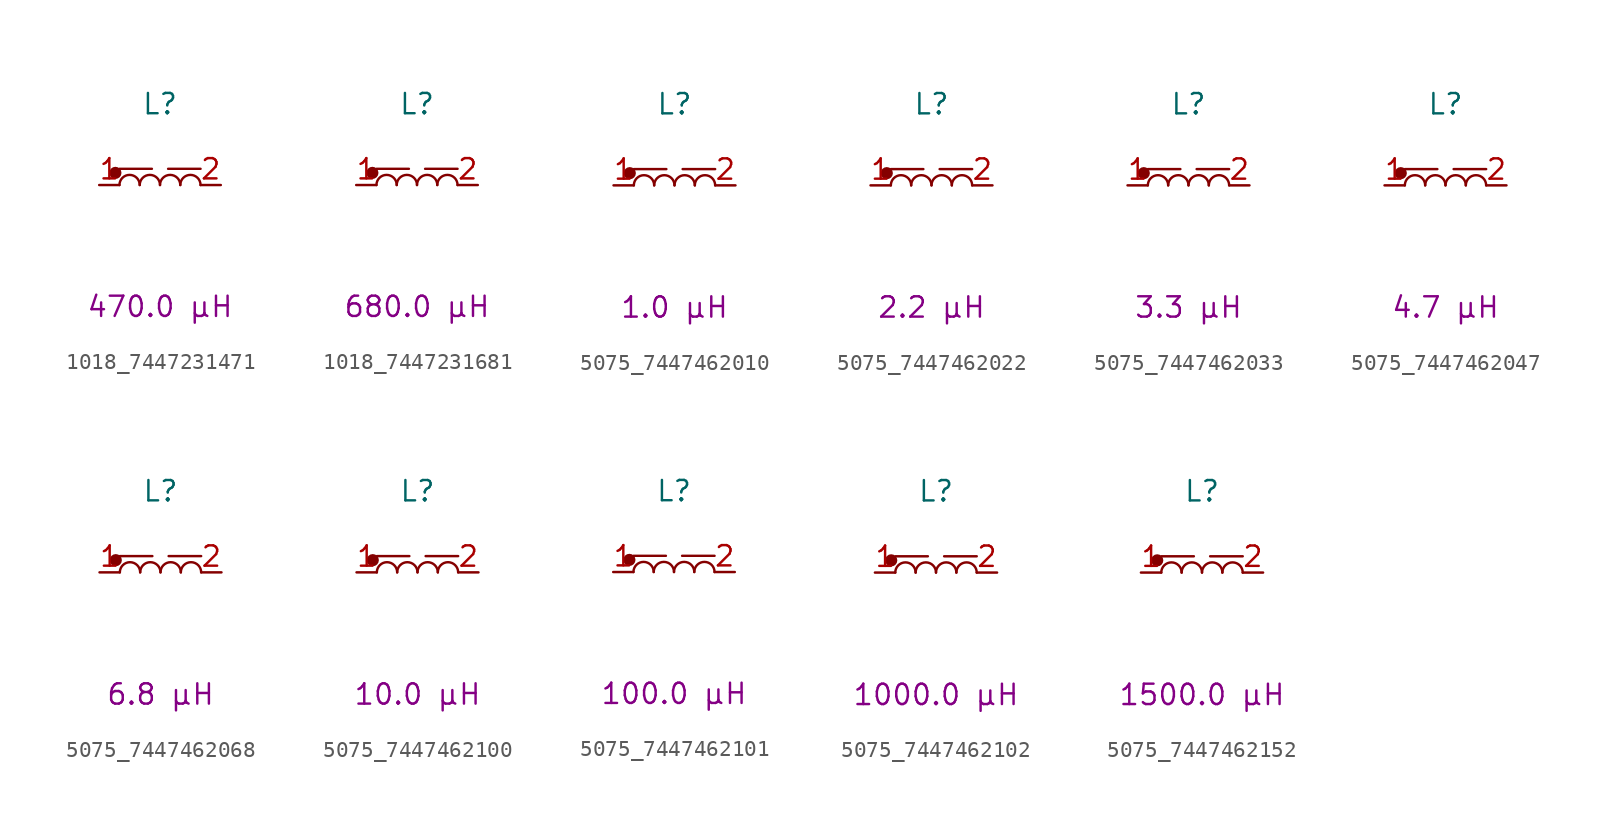
<source format=kicad_sym>
(kicad_symbol_lib
  (version 20220914)
  (generator kicad_symbol_editor)
  (symbol "1018_7447231471"
    (pin_names hide)
    (property "Reference" "L"
      (at 0 5.08 0)
      (effects (font (size 1.27 1.27))))
    (property "Critical Parameter" "470.0 µH"
      (at 0 -7.62 0)
      (effects (font (size 1.27 1.27))))
    (symbol "1018_7447231471_0_1"
      (arc (start -1.27 0) (mid -1.905 0.6323) (end -2.54 0) (stroke (width 0) (type default)) (fill (type none)))
      (arc (start 0 0) (mid -0.635 0.6323) (end -1.27 0) (stroke (width 0) (type default)) (fill (type none)))
      (polyline (pts (xy -2.54 1.016) (xy -0.508 1.016)) (stroke (width 0) (type default)) (fill (type none)))
      (arc (start 1.27 0) (mid 0.635 0.6323) (end 0 0) (stroke (width 0) (type default)) (fill (type none)))
      (arc (start 2.54 0) (mid 1.905 0.6323) (end 1.27 0) (stroke (width 0) (type default)) (fill (type none))))
    (symbol "1018_7447231471_1_1"
      (circle (center -2.794 0.762) (radius 0.0001) (stroke (width 0.381) (type default)) (fill (type none)))
      (polyline (pts (xy 2.54 1.016) (xy 0.508 1.016)) (stroke (width 0) (type default)) (fill (type none)))
      (pin passive line (at -3.81 0 0) (length 1.27) (name "1" (effects (font (size 1.27 1.27)))) (number "1" (effects (font (size 1.27 1.27)))))
      (pin passive line (at 3.81 0 180) (length 1.27) (name "2" (effects (font (size 1.27 1.27)))) (number "2" (effects (font (size 1.27 1.27)))))))
  (symbol "1018_7447231681"
    (pin_names hide)
    (property "Reference" "L"
      (at 0 5.08 0)
      (effects (font (size 1.27 1.27))))
    (property "Critical Parameter" "680.0 µH"
      (at 0 -7.62 0)
      (effects (font (size 1.27 1.27))))
    (symbol "1018_7447231681_0_1"
      (arc (start -1.27 0) (mid -1.905 0.6323) (end -2.54 0) (stroke (width 0) (type default)) (fill (type none)))
      (arc (start 0 0) (mid -0.635 0.6323) (end -1.27 0) (stroke (width 0) (type default)) (fill (type none)))
      (polyline (pts (xy -2.54 1.016) (xy -0.508 1.016)) (stroke (width 0) (type default)) (fill (type none)))
      (arc (start 1.27 0) (mid 0.635 0.6323) (end 0 0) (stroke (width 0) (type default)) (fill (type none)))
      (arc (start 2.54 0) (mid 1.905 0.6323) (end 1.27 0) (stroke (width 0) (type default)) (fill (type none))))
    (symbol "1018_7447231681_1_1"
      (circle (center -2.794 0.762) (radius 0.0001) (stroke (width 0.381) (type default)) (fill (type none)))
      (polyline (pts (xy 2.54 1.016) (xy 0.508 1.016)) (stroke (width 0) (type default)) (fill (type none)))
      (pin passive line (at -3.81 0 0) (length 1.27) (name "1" (effects (font (size 1.27 1.27)))) (number "1" (effects (font (size 1.27 1.27)))))
      (pin passive line (at 3.81 0 180) (length 1.27) (name "2" (effects (font (size 1.27 1.27)))) (number "2" (effects (font (size 1.27 1.27)))))))
  (symbol "5075_7447462010"
    (pin_names hide)
    (property "Reference" "L"
      (at 0 5.08 0)
      (effects (font (size 1.27 1.27))))
    (property "Critical Parameter" "1.0 µH"
      (at 0 -7.62 0)
      (effects (font (size 1.27 1.27))))
    (symbol "5075_7447462010_0_1"
      (arc (start -1.27 0) (mid -1.905 0.6323) (end -2.54 0) (stroke (width 0) (type default)) (fill (type none)))
      (arc (start 0 0) (mid -0.635 0.6323) (end -1.27 0) (stroke (width 0) (type default)) (fill (type none)))
      (polyline (pts (xy -2.54 1.016) (xy -0.508 1.016)) (stroke (width 0) (type default)) (fill (type none)))
      (arc (start 1.27 0) (mid 0.635 0.6323) (end 0 0) (stroke (width 0) (type default)) (fill (type none)))
      (arc (start 2.54 0) (mid 1.905 0.6323) (end 1.27 0) (stroke (width 0) (type default)) (fill (type none))))
    (symbol "5075_7447462010_1_1"
      (circle (center -2.794 0.762) (radius 0.0001) (stroke (width 0.381) (type default)) (fill (type none)))
      (polyline (pts (xy 2.54 1.016) (xy 0.508 1.016)) (stroke (width 0) (type default)) (fill (type none)))
      (pin passive line (at -3.81 0 0) (length 1.27) (name "1" (effects (font (size 1.27 1.27)))) (number "1" (effects (font (size 1.27 1.27)))))
      (pin passive line (at 3.81 0 180) (length 1.27) (name "2" (effects (font (size 1.27 1.27)))) (number "2" (effects (font (size 1.27 1.27)))))))
  (symbol "5075_7447462022"
    (pin_names hide)
    (property "Reference" "L"
      (at 0 5.08 0)
      (effects (font (size 1.27 1.27))))
    (property "Critical Parameter" "2.2 µH"
      (at 0 -7.62 0)
      (effects (font (size 1.27 1.27))))
    (symbol "5075_7447462022_0_1"
      (arc (start -1.27 0) (mid -1.905 0.6323) (end -2.54 0) (stroke (width 0) (type default)) (fill (type none)))
      (arc (start 0 0) (mid -0.635 0.6323) (end -1.27 0) (stroke (width 0) (type default)) (fill (type none)))
      (polyline (pts (xy -2.54 1.016) (xy -0.508 1.016)) (stroke (width 0) (type default)) (fill (type none)))
      (arc (start 1.27 0) (mid 0.635 0.6323) (end 0 0) (stroke (width 0) (type default)) (fill (type none)))
      (arc (start 2.54 0) (mid 1.905 0.6323) (end 1.27 0) (stroke (width 0) (type default)) (fill (type none))))
    (symbol "5075_7447462022_1_1"
      (circle (center -2.794 0.762) (radius 0.0001) (stroke (width 0.381) (type default)) (fill (type none)))
      (polyline (pts (xy 2.54 1.016) (xy 0.508 1.016)) (stroke (width 0) (type default)) (fill (type none)))
      (pin passive line (at -3.81 0 0) (length 1.27) (name "1" (effects (font (size 1.27 1.27)))) (number "1" (effects (font (size 1.27 1.27)))))
      (pin passive line (at 3.81 0 180) (length 1.27) (name "2" (effects (font (size 1.27 1.27)))) (number "2" (effects (font (size 1.27 1.27)))))))
  (symbol "5075_7447462033"
    (pin_names hide)
    (property "Reference" "L"
      (at 0 5.08 0)
      (effects (font (size 1.27 1.27))))
    (property "Critical Parameter" "3.3 µH"
      (at 0 -7.62 0)
      (effects (font (size 1.27 1.27))))
    (symbol "5075_7447462033_0_1"
      (arc (start -1.27 0) (mid -1.905 0.6323) (end -2.54 0) (stroke (width 0) (type default)) (fill (type none)))
      (arc (start 0 0) (mid -0.635 0.6323) (end -1.27 0) (stroke (width 0) (type default)) (fill (type none)))
      (polyline (pts (xy -2.54 1.016) (xy -0.508 1.016)) (stroke (width 0) (type default)) (fill (type none)))
      (arc (start 1.27 0) (mid 0.635 0.6323) (end 0 0) (stroke (width 0) (type default)) (fill (type none)))
      (arc (start 2.54 0) (mid 1.905 0.6323) (end 1.27 0) (stroke (width 0) (type default)) (fill (type none))))
    (symbol "5075_7447462033_1_1"
      (circle (center -2.794 0.762) (radius 0.0001) (stroke (width 0.381) (type default)) (fill (type none)))
      (polyline (pts (xy 2.54 1.016) (xy 0.508 1.016)) (stroke (width 0) (type default)) (fill (type none)))
      (pin passive line (at -3.81 0 0) (length 1.27) (name "1" (effects (font (size 1.27 1.27)))) (number "1" (effects (font (size 1.27 1.27)))))
      (pin passive line (at 3.81 0 180) (length 1.27) (name "2" (effects (font (size 1.27 1.27)))) (number "2" (effects (font (size 1.27 1.27)))))))
  (symbol "5075_7447462047"
    (pin_names hide)
    (property "Reference" "L"
      (at 0 5.08 0)
      (effects (font (size 1.27 1.27))))
    (property "Critical Parameter" "4.7 µH"
      (at 0 -7.62 0)
      (effects (font (size 1.27 1.27))))
    (symbol "5075_7447462047_0_1"
      (arc (start -1.27 0) (mid -1.905 0.6323) (end -2.54 0) (stroke (width 0) (type default)) (fill (type none)))
      (arc (start 0 0) (mid -0.635 0.6323) (end -1.27 0) (stroke (width 0) (type default)) (fill (type none)))
      (polyline (pts (xy -2.54 1.016) (xy -0.508 1.016)) (stroke (width 0) (type default)) (fill (type none)))
      (arc (start 1.27 0) (mid 0.635 0.6323) (end 0 0) (stroke (width 0) (type default)) (fill (type none)))
      (arc (start 2.54 0) (mid 1.905 0.6323) (end 1.27 0) (stroke (width 0) (type default)) (fill (type none))))
    (symbol "5075_7447462047_1_1"
      (circle (center -2.794 0.762) (radius 0.0001) (stroke (width 0.381) (type default)) (fill (type none)))
      (polyline (pts (xy 2.54 1.016) (xy 0.508 1.016)) (stroke (width 0) (type default)) (fill (type none)))
      (pin passive line (at -3.81 0 0) (length 1.27) (name "1" (effects (font (size 1.27 1.27)))) (number "1" (effects (font (size 1.27 1.27)))))
      (pin passive line (at 3.81 0 180) (length 1.27) (name "2" (effects (font (size 1.27 1.27)))) (number "2" (effects (font (size 1.27 1.27)))))))
  (symbol "5075_7447462068"
    (pin_names hide)
    (property "Reference" "L"
      (at 0 5.08 0)
      (effects (font (size 1.27 1.27))))
    (property "Critical Parameter" "6.8 µH"
      (at 0 -7.62 0)
      (effects (font (size 1.27 1.27))))
    (symbol "5075_7447462068_0_1"
      (arc (start -1.27 0) (mid -1.905 0.6323) (end -2.54 0) (stroke (width 0) (type default)) (fill (type none)))
      (arc (start 0 0) (mid -0.635 0.6323) (end -1.27 0) (stroke (width 0) (type default)) (fill (type none)))
      (polyline (pts (xy -2.54 1.016) (xy -0.508 1.016)) (stroke (width 0) (type default)) (fill (type none)))
      (arc (start 1.27 0) (mid 0.635 0.6323) (end 0 0) (stroke (width 0) (type default)) (fill (type none)))
      (arc (start 2.54 0) (mid 1.905 0.6323) (end 1.27 0) (stroke (width 0) (type default)) (fill (type none))))
    (symbol "5075_7447462068_1_1"
      (circle (center -2.794 0.762) (radius 0.0001) (stroke (width 0.381) (type default)) (fill (type none)))
      (polyline (pts (xy 2.54 1.016) (xy 0.508 1.016)) (stroke (width 0) (type default)) (fill (type none)))
      (pin passive line (at -3.81 0 0) (length 1.27) (name "1" (effects (font (size 1.27 1.27)))) (number "1" (effects (font (size 1.27 1.27)))))
      (pin passive line (at 3.81 0 180) (length 1.27) (name "2" (effects (font (size 1.27 1.27)))) (number "2" (effects (font (size 1.27 1.27)))))))
  (symbol "5075_7447462100"
    (pin_names hide)
    (property "Reference" "L"
      (at 0 5.08 0)
      (effects (font (size 1.27 1.27))))
    (property "Critical Parameter" "10.0 µH"
      (at 0 -7.62 0)
      (effects (font (size 1.27 1.27))))
    (symbol "5075_7447462100_0_1"
      (arc (start -1.27 0) (mid -1.905 0.6323) (end -2.54 0) (stroke (width 0) (type default)) (fill (type none)))
      (arc (start 0 0) (mid -0.635 0.6323) (end -1.27 0) (stroke (width 0) (type default)) (fill (type none)))
      (polyline (pts (xy -2.54 1.016) (xy -0.508 1.016)) (stroke (width 0) (type default)) (fill (type none)))
      (arc (start 1.27 0) (mid 0.635 0.6323) (end 0 0) (stroke (width 0) (type default)) (fill (type none)))
      (arc (start 2.54 0) (mid 1.905 0.6323) (end 1.27 0) (stroke (width 0) (type default)) (fill (type none))))
    (symbol "5075_7447462100_1_1"
      (circle (center -2.794 0.762) (radius 0.0001) (stroke (width 0.381) (type default)) (fill (type none)))
      (polyline (pts (xy 2.54 1.016) (xy 0.508 1.016)) (stroke (width 0) (type default)) (fill (type none)))
      (pin passive line (at -3.81 0 0) (length 1.27) (name "1" (effects (font (size 1.27 1.27)))) (number "1" (effects (font (size 1.27 1.27)))))
      (pin passive line (at 3.81 0 180) (length 1.27) (name "2" (effects (font (size 1.27 1.27)))) (number "2" (effects (font (size 1.27 1.27)))))))
  (symbol "5075_7447462101"
    (pin_names hide)
    (property "Reference" "L"
      (at 0 5.08 0)
      (effects (font (size 1.27 1.27))))
    (property "Critical Parameter" "100.0 µH"
      (at 0 -7.62 0)
      (effects (font (size 1.27 1.27))))
    (symbol "5075_7447462101_0_1"
      (arc (start -1.27 0) (mid -1.905 0.6323) (end -2.54 0) (stroke (width 0) (type default)) (fill (type none)))
      (arc (start 0 0) (mid -0.635 0.6323) (end -1.27 0) (stroke (width 0) (type default)) (fill (type none)))
      (polyline (pts (xy -2.54 1.016) (xy -0.508 1.016)) (stroke (width 0) (type default)) (fill (type none)))
      (arc (start 1.27 0) (mid 0.635 0.6323) (end 0 0) (stroke (width 0) (type default)) (fill (type none)))
      (arc (start 2.54 0) (mid 1.905 0.6323) (end 1.27 0) (stroke (width 0) (type default)) (fill (type none))))
    (symbol "5075_7447462101_1_1"
      (circle (center -2.794 0.762) (radius 0.0001) (stroke (width 0.381) (type default)) (fill (type none)))
      (polyline (pts (xy 2.54 1.016) (xy 0.508 1.016)) (stroke (width 0) (type default)) (fill (type none)))
      (pin passive line (at -3.81 0 0) (length 1.27) (name "1" (effects (font (size 1.27 1.27)))) (number "1" (effects (font (size 1.27 1.27)))))
      (pin passive line (at 3.81 0 180) (length 1.27) (name "2" (effects (font (size 1.27 1.27)))) (number "2" (effects (font (size 1.27 1.27)))))))
  (symbol "5075_7447462102"
    (pin_names hide)
    (property "Reference" "L"
      (at 0 5.08 0)
      (effects (font (size 1.27 1.27))))
    (property "Critical Parameter" "1000.0 µH"
      (at 0 -7.62 0)
      (effects (font (size 1.27 1.27))))
    (symbol "5075_7447462102_0_1"
      (arc (start -1.27 0) (mid -1.905 0.6323) (end -2.54 0) (stroke (width 0) (type default)) (fill (type none)))
      (arc (start 0 0) (mid -0.635 0.6323) (end -1.27 0) (stroke (width 0) (type default)) (fill (type none)))
      (polyline (pts (xy -2.54 1.016) (xy -0.508 1.016)) (stroke (width 0) (type default)) (fill (type none)))
      (arc (start 1.27 0) (mid 0.635 0.6323) (end 0 0) (stroke (width 0) (type default)) (fill (type none)))
      (arc (start 2.54 0) (mid 1.905 0.6323) (end 1.27 0) (stroke (width 0) (type default)) (fill (type none))))
    (symbol "5075_7447462102_1_1"
      (circle (center -2.794 0.762) (radius 0.0001) (stroke (width 0.381) (type default)) (fill (type none)))
      (polyline (pts (xy 2.54 1.016) (xy 0.508 1.016)) (stroke (width 0) (type default)) (fill (type none)))
      (pin passive line (at -3.81 0 0) (length 1.27) (name "1" (effects (font (size 1.27 1.27)))) (number "1" (effects (font (size 1.27 1.27)))))
      (pin passive line (at 3.81 0 180) (length 1.27) (name "2" (effects (font (size 1.27 1.27)))) (number "2" (effects (font (size 1.27 1.27)))))))
  (symbol "5075_7447462152"
    (pin_names hide)
    (property "Reference" "L"
      (at 0 5.08 0)
      (effects (font (size 1.27 1.27))))
    (property "Critical Parameter" "1500.0 µH"
      (at 0 -7.62 0)
      (effects (font (size 1.27 1.27))))
    (symbol "5075_7447462152_0_1"
      (arc (start -1.27 0) (mid -1.905 0.6323) (end -2.54 0) (stroke (width 0) (type default)) (fill (type none)))
      (arc (start 0 0) (mid -0.635 0.6323) (end -1.27 0) (stroke (width 0) (type default)) (fill (type none)))
      (polyline (pts (xy -2.54 1.016) (xy -0.508 1.016)) (stroke (width 0) (type default)) (fill (type none)))
      (arc (start 1.27 0) (mid 0.635 0.6323) (end 0 0) (stroke (width 0) (type default)) (fill (type none)))
      (arc (start 2.54 0) (mid 1.905 0.6323) (end 1.27 0) (stroke (width 0) (type default)) (fill (type none))))
    (symbol "5075_7447462152_1_1"
      (circle (center -2.794 0.762) (radius 0.0001) (stroke (width 0.381) (type default)) (fill (type none)))
      (polyline (pts (xy 2.54 1.016) (xy 0.508 1.016)) (stroke (width 0) (type default)) (fill (type none)))
      (pin passive line (at -3.81 0 0) (length 1.27) (name "1" (effects (font (size 1.27 1.27)))) (number "1" (effects (font (size 1.27 1.27)))))
      (pin passive line (at 3.81 0 180) (length 1.27) (name "2" (effects (font (size 1.27 1.27)))) (number "2" (effects (font (size 1.27 1.27))))))))
</source>
